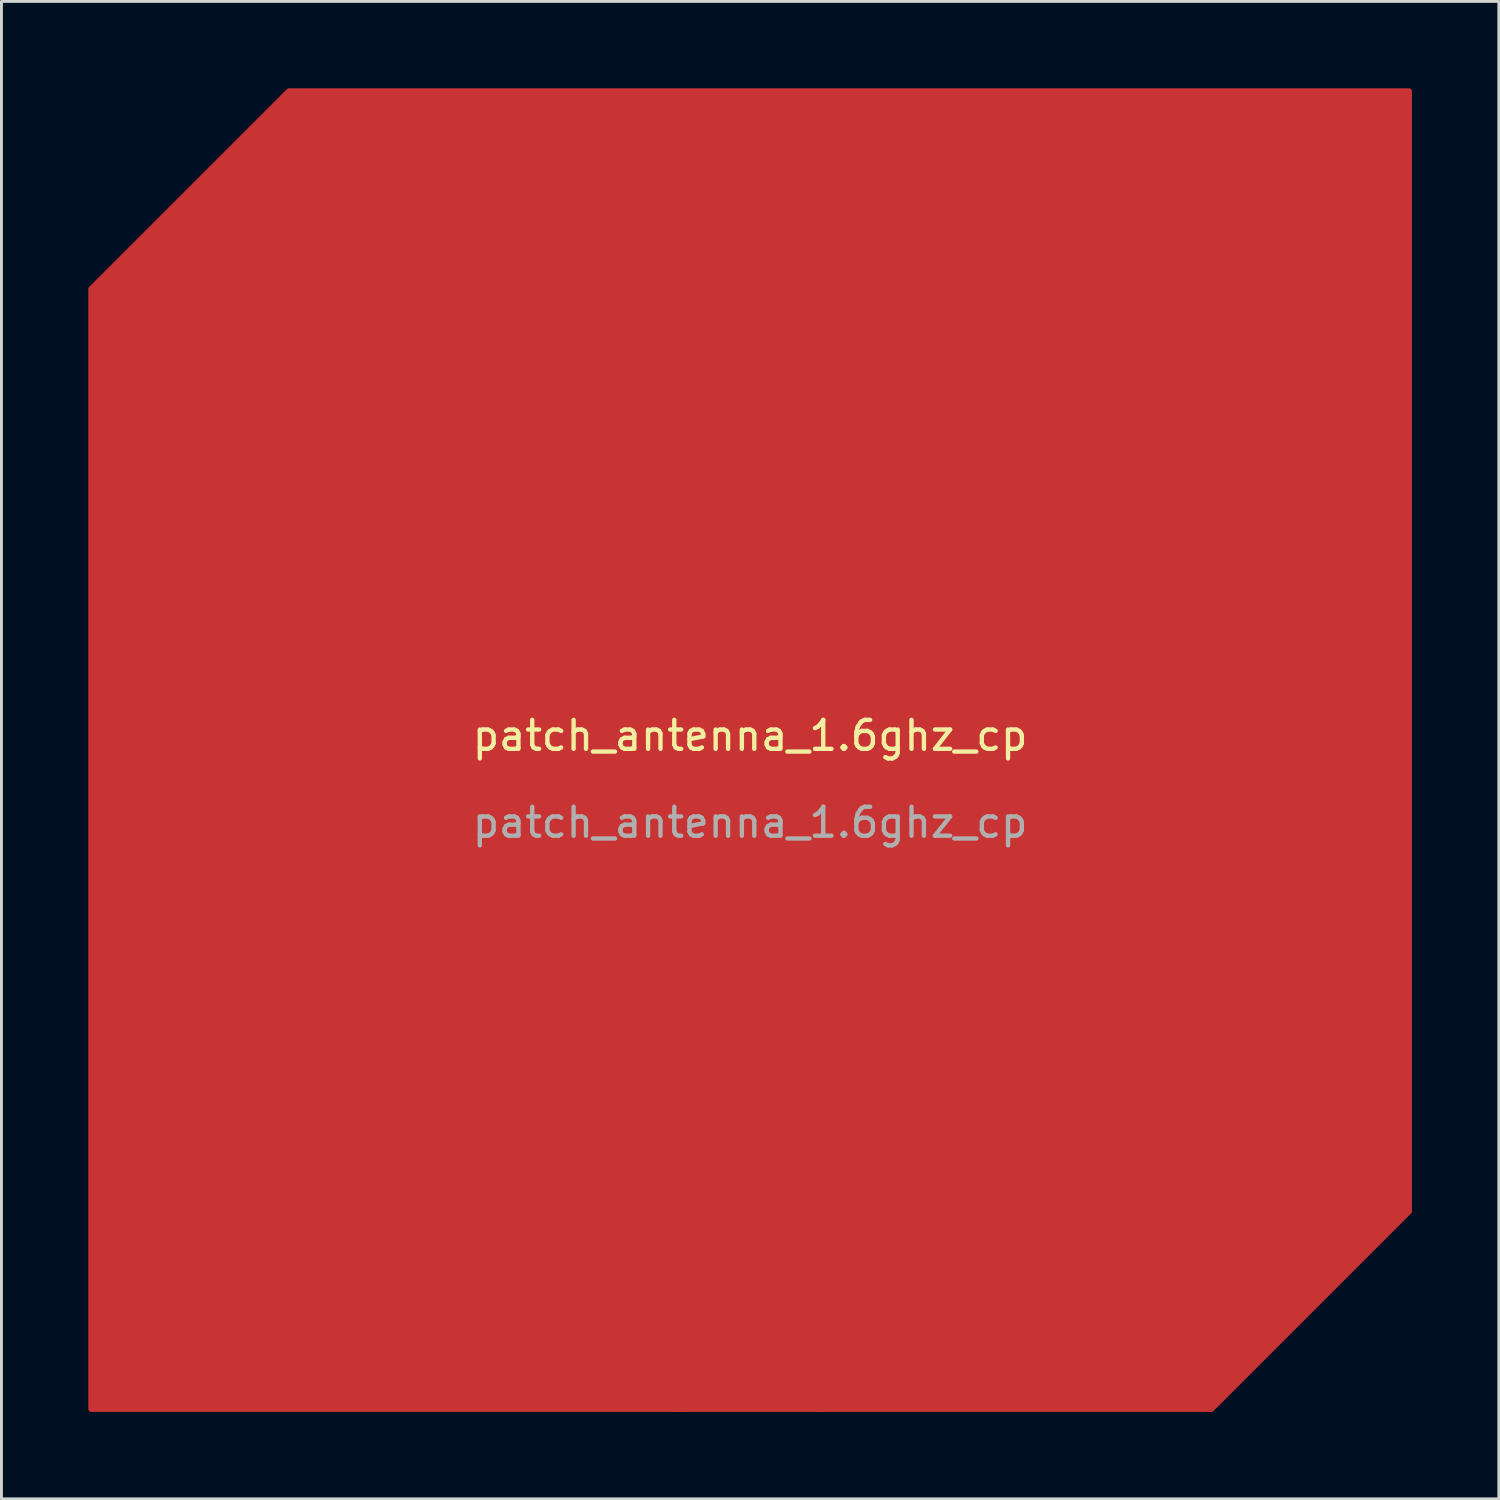
<source format=kicad_pcb>
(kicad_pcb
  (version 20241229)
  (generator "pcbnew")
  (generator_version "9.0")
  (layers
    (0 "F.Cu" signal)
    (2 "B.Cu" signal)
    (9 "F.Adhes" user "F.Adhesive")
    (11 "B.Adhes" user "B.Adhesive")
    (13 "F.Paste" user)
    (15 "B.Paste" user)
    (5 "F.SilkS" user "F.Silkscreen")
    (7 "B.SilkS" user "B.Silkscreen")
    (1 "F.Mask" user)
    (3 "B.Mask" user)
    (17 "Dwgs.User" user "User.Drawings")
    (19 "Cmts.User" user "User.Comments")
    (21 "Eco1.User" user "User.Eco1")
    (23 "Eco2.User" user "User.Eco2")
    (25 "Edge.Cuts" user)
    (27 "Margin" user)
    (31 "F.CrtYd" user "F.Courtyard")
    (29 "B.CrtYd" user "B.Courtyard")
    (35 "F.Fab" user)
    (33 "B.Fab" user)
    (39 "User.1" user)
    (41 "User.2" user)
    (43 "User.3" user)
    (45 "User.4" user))
  (footprint "patch_antenna_1.6ghz_cp"
    (layer "F.Cu")
    (at 22.85 22.85)
    (property "Reference" "patch_antenna_1.6ghz_cp" (at 0 -0.5 0) (unlocked yes) (layer "F.SilkS") (effects (font (size 1 1) (thickness 0.15))))
    (attr smd)
    (fp_poly (pts (xy 22.75 15.925) (xy 15.925 22.75) (xy 2.4 22.75) (xy 2.4 17.85) (xy -2.4 17.85) (xy -2.4 22.75) (xy -22.75 22.75) (xy -22.75 -15.925) (xy -15.925 -22.75) (xy 22.75 -22.75)) (stroke (width 0.2) (type solid)) (fill yes) (layer "F.Cu"))
    (fp_text user "${REFERENCE}" (at 0 2.5 0) (unlocked yes) (layer "F.Fab") (effects (font (size 1 1) (thickness 0.15))))
    (pad "1" smd rect (at 0 20.35) (size 5 5) (layers "F.Cu")))
  (gr_rect
    (start -3 -3)
    (end 48.7 48.7)
    (stroke (width 0.1) (type default))
    (fill no)
    (layer "Edge.Cuts")))
</source>
